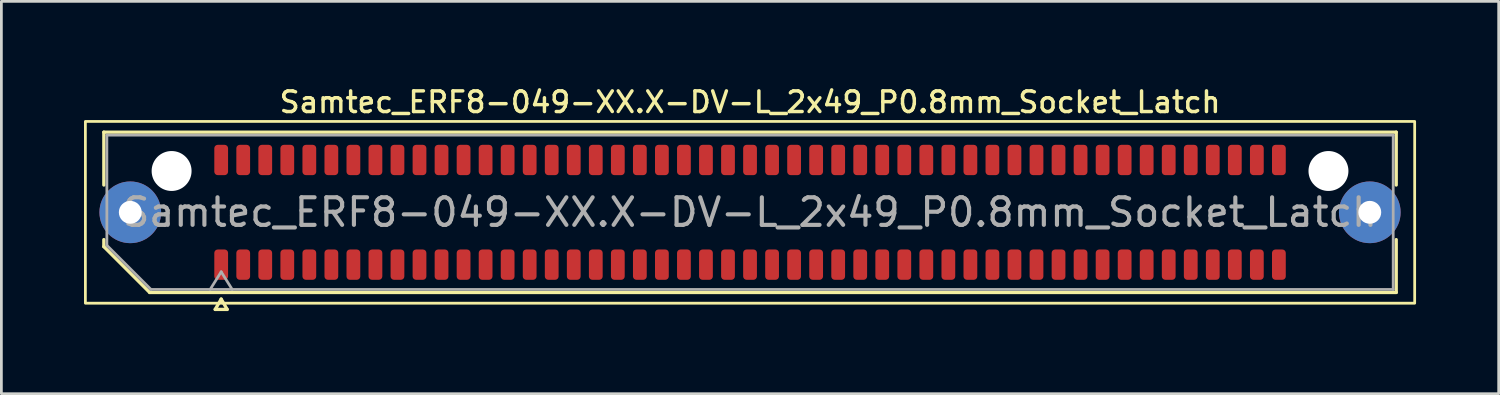
<source format=kicad_pcb>
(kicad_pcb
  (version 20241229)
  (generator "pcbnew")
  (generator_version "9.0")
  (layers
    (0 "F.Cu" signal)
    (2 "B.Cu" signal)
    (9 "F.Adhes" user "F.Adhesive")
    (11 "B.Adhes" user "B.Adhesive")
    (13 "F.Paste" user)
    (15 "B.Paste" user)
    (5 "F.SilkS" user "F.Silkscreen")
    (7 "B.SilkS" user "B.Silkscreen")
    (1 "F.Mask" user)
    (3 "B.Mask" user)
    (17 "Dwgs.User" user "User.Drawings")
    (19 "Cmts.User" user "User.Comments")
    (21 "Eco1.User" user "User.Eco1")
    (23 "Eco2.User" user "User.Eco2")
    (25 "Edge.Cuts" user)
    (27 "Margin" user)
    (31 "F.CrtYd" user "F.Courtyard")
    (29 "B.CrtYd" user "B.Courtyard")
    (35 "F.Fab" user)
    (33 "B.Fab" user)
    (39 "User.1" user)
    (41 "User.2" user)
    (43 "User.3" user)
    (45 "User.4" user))
  (footprint "Samtec_ERF8-049-XX.X-DV-L_2x49_P0.8mm_Socket_Latch"
    (layer "F.Cu")
    (at 24.18 4.658)
    (property "Reference" "Samtec_ERF8-049-XX.X-DV-L_2x49_P0.8mm_Socket_Latch" (at 0 -4 0) (layer "F.SilkS") (effects (font (size 0.75 0.75) (thickness 0.125))))
    (attr smd)
    (fp_line (start -23.46 -2.91) (end 23.46 -2.91) (stroke (width 0.12) (type solid)) (layer "F.SilkS"))
    (fp_line (start -23.46 -0.991) (end -23.46 -2.91) (stroke (width 0.12) (type solid)) (layer "F.SilkS"))
    (fp_line (start -23.46 1.246) (end -23.46 0.991) (stroke (width 0.12) (type solid)) (layer "F.SilkS"))
    (fp_line (start -21.796 2.91) (end -23.46 1.246) (stroke (width 0.12) (type solid)) (layer "F.SilkS"))
    (fp_line (start -19.417 3.525) (end -19.2 3.15) (stroke (width 0.12) (type solid)) (layer "F.SilkS"))
    (fp_line (start -19.2 3.15) (end -18.983 3.525) (stroke (width 0.12) (type solid)) (layer "F.SilkS"))
    (fp_line (start -18.983 3.525) (end -19.417 3.525) (stroke (width 0.12) (type solid)) (layer "F.SilkS"))
    (fp_line (start 23.46 -2.91) (end 23.46 -0.991) (stroke (width 0.12) (type solid)) (layer "F.SilkS"))
    (fp_line (start 23.46 0.991) (end 23.46 2.91) (stroke (width 0.12) (type solid)) (layer "F.SilkS"))
    (fp_line (start 23.46 2.91) (end -21.796 2.91) (stroke (width 0.12) (type solid)) (layer "F.SilkS"))
    (fp_rect (start -24.13 -3.3) (end 24.13 3.3) (stroke (width 0.1) (type solid)) (fill no) (layer "F.SilkS"))
    (fp_line (start -23.35 -2.8) (end 23.35 -2.8) (stroke (width 0.1) (type solid)) (layer "F.Fab"))
    (fp_line (start -23.35 1.2) (end -23.35 -2.8) (stroke (width 0.1) (type solid)) (layer "F.Fab"))
    (fp_line (start -21.75 2.8) (end -23.35 1.2) (stroke (width 0.1) (type solid)) (layer "F.Fab"))
    (fp_line (start -19.6 2.8) (end -19.2 2.16) (stroke (width 0.1) (type solid)) (layer "F.Fab"))
    (fp_line (start -19.2 2.16) (end -18.8 2.8) (stroke (width 0.1) (type solid)) (layer "F.Fab"))
    (fp_line (start 23.35 -2.8) (end 23.35 2.8) (stroke (width 0.1) (type solid)) (layer "F.Fab"))
    (fp_line (start 23.35 2.8) (end -21.75 2.8) (stroke (width 0.1) (type solid)) (layer "F.Fab"))
    (fp_text user "${REFERENCE}" (at 0 0 0) (layer "F.Fab") (effects (font (size 1 1) (thickness 0.15))))
    (pad "" thru_hole circle (at -22.5 0) (size 2.24 2.24) (drill 0.83) (layers "*.Cu" "*.Mask" "F.Paste"))
    (pad "" np_thru_hole circle (at -21 -1.5) (size 1.45 1.45) (drill 1.45) (layers "*.Cu" "*.Mask"))
    (pad "" np_thru_hole circle (at 21 -1.5) (size 1.45 1.45) (drill 1.45) (layers "*.Cu" "*.Mask"))
    (pad "" thru_hole circle (at 22.5 0) (size 2.24 2.24) (drill 0.83) (layers "*.Cu" "*.Mask" "F.Paste"))
    (pad "1" smd roundrect (at -19.2 1.9) (size 0.5 1.1) (layers "F.Cu" "F.Mask" "F.Paste") (roundrect_rratio 0.25))
    (pad "2" smd roundrect (at -19.2 -1.9) (size 0.5 1.1) (layers "F.Cu" "F.Mask" "F.Paste") (roundrect_rratio 0.25))
    (pad "3" smd roundrect (at -18.4 1.9) (size 0.5 1.1) (layers "F.Cu" "F.Mask" "F.Paste") (roundrect_rratio 0.25))
    (pad "4" smd roundrect (at -18.4 -1.9) (size 0.5 1.1) (layers "F.Cu" "F.Mask" "F.Paste") (roundrect_rratio 0.25))
    (pad "5" smd roundrect (at -17.6 1.9) (size 0.5 1.1) (layers "F.Cu" "F.Mask" "F.Paste") (roundrect_rratio 0.25))
    (pad "6" smd roundrect (at -17.6 -1.9) (size 0.5 1.1) (layers "F.Cu" "F.Mask" "F.Paste") (roundrect_rratio 0.25))
    (pad "7" smd roundrect (at -16.8 1.9) (size 0.5 1.1) (layers "F.Cu" "F.Mask" "F.Paste") (roundrect_rratio 0.25))
    (pad "8" smd roundrect (at -16.8 -1.9) (size 0.5 1.1) (layers "F.Cu" "F.Mask" "F.Paste") (roundrect_rratio 0.25))
    (pad "9" smd roundrect (at -16 1.9) (size 0.5 1.1) (layers "F.Cu" "F.Mask" "F.Paste") (roundrect_rratio 0.25))
    (pad "10" smd roundrect (at -16 -1.9) (size 0.5 1.1) (layers "F.Cu" "F.Mask" "F.Paste") (roundrect_rratio 0.25))
    (pad "11" smd roundrect (at -15.2 1.9) (size 0.5 1.1) (layers "F.Cu" "F.Mask" "F.Paste") (roundrect_rratio 0.25))
    (pad "12" smd roundrect (at -15.2 -1.9) (size 0.5 1.1) (layers "F.Cu" "F.Mask" "F.Paste") (roundrect_rratio 0.25))
    (pad "13" smd roundrect (at -14.4 1.9) (size 0.5 1.1) (layers "F.Cu" "F.Mask" "F.Paste") (roundrect_rratio 0.25))
    (pad "14" smd roundrect (at -14.4 -1.9) (size 0.5 1.1) (layers "F.Cu" "F.Mask" "F.Paste") (roundrect_rratio 0.25))
    (pad "15" smd roundrect (at -13.6 1.9) (size 0.5 1.1) (layers "F.Cu" "F.Mask" "F.Paste") (roundrect_rratio 0.25))
    (pad "16" smd roundrect (at -13.6 -1.9) (size 0.5 1.1) (layers "F.Cu" "F.Mask" "F.Paste") (roundrect_rratio 0.25))
    (pad "17" smd roundrect (at -12.8 1.9) (size 0.5 1.1) (layers "F.Cu" "F.Mask" "F.Paste") (roundrect_rratio 0.25))
    (pad "18" smd roundrect (at -12.8 -1.9) (size 0.5 1.1) (layers "F.Cu" "F.Mask" "F.Paste") (roundrect_rratio 0.25))
    (pad "19" smd roundrect (at -12 1.9) (size 0.5 1.1) (layers "F.Cu" "F.Mask" "F.Paste") (roundrect_rratio 0.25))
    (pad "20" smd roundrect (at -12 -1.9) (size 0.5 1.1) (layers "F.Cu" "F.Mask" "F.Paste") (roundrect_rratio 0.25))
    (pad "21" smd roundrect (at -11.2 1.9) (size 0.5 1.1) (layers "F.Cu" "F.Mask" "F.Paste") (roundrect_rratio 0.25))
    (pad "22" smd roundrect (at -11.2 -1.9) (size 0.5 1.1) (layers "F.Cu" "F.Mask" "F.Paste") (roundrect_rratio 0.25))
    (pad "23" smd roundrect (at -10.4 1.9) (size 0.5 1.1) (layers "F.Cu" "F.Mask" "F.Paste") (roundrect_rratio 0.25))
    (pad "24" smd roundrect (at -10.4 -1.9) (size 0.5 1.1) (layers "F.Cu" "F.Mask" "F.Paste") (roundrect_rratio 0.25))
    (pad "25" smd roundrect (at -9.6 1.9) (size 0.5 1.1) (layers "F.Cu" "F.Mask" "F.Paste") (roundrect_rratio 0.25))
    (pad "26" smd roundrect (at -9.6 -1.9) (size 0.5 1.1) (layers "F.Cu" "F.Mask" "F.Paste") (roundrect_rratio 0.25))
    (pad "27" smd roundrect (at -8.8 1.9) (size 0.5 1.1) (layers "F.Cu" "F.Mask" "F.Paste") (roundrect_rratio 0.25))
    (pad "28" smd roundrect (at -8.8 -1.9) (size 0.5 1.1) (layers "F.Cu" "F.Mask" "F.Paste") (roundrect_rratio 0.25))
    (pad "29" smd roundrect (at -8 1.9) (size 0.5 1.1) (layers "F.Cu" "F.Mask" "F.Paste") (roundrect_rratio 0.25))
    (pad "30" smd roundrect (at -8 -1.9) (size 0.5 1.1) (layers "F.Cu" "F.Mask" "F.Paste") (roundrect_rratio 0.25))
    (pad "31" smd roundrect (at -7.2 1.9) (size 0.5 1.1) (layers "F.Cu" "F.Mask" "F.Paste") (roundrect_rratio 0.25))
    (pad "32" smd roundrect (at -7.2 -1.9) (size 0.5 1.1) (layers "F.Cu" "F.Mask" "F.Paste") (roundrect_rratio 0.25))
    (pad "33" smd roundrect (at -6.4 1.9) (size 0.5 1.1) (layers "F.Cu" "F.Mask" "F.Paste") (roundrect_rratio 0.25))
    (pad "34" smd roundrect (at -6.4 -1.9) (size 0.5 1.1) (layers "F.Cu" "F.Mask" "F.Paste") (roundrect_rratio 0.25))
    (pad "35" smd roundrect (at -5.6 1.9) (size 0.5 1.1) (layers "F.Cu" "F.Mask" "F.Paste") (roundrect_rratio 0.25))
    (pad "36" smd roundrect (at -5.6 -1.9) (size 0.5 1.1) (layers "F.Cu" "F.Mask" "F.Paste") (roundrect_rratio 0.25))
    (pad "37" smd roundrect (at -4.8 1.9) (size 0.5 1.1) (layers "F.Cu" "F.Mask" "F.Paste") (roundrect_rratio 0.25))
    (pad "38" smd roundrect (at -4.8 -1.9) (size 0.5 1.1) (layers "F.Cu" "F.Mask" "F.Paste") (roundrect_rratio 0.25))
    (pad "39" smd roundrect (at -4 1.9) (size 0.5 1.1) (layers "F.Cu" "F.Mask" "F.Paste") (roundrect_rratio 0.25))
    (pad "40" smd roundrect (at -4 -1.9) (size 0.5 1.1) (layers "F.Cu" "F.Mask" "F.Paste") (roundrect_rratio 0.25))
    (pad "41" smd roundrect (at -3.2 1.9) (size 0.5 1.1) (layers "F.Cu" "F.Mask" "F.Paste") (roundrect_rratio 0.25))
    (pad "42" smd roundrect (at -3.2 -1.9) (size 0.5 1.1) (layers "F.Cu" "F.Mask" "F.Paste") (roundrect_rratio 0.25))
    (pad "43" smd roundrect (at -2.4 1.9) (size 0.5 1.1) (layers "F.Cu" "F.Mask" "F.Paste") (roundrect_rratio 0.25))
    (pad "44" smd roundrect (at -2.4 -1.9) (size 0.5 1.1) (layers "F.Cu" "F.Mask" "F.Paste") (roundrect_rratio 0.25))
    (pad "45" smd roundrect (at -1.6 1.9) (size 0.5 1.1) (layers "F.Cu" "F.Mask" "F.Paste") (roundrect_rratio 0.25))
    (pad "46" smd roundrect (at -1.6 -1.9) (size 0.5 1.1) (layers "F.Cu" "F.Mask" "F.Paste") (roundrect_rratio 0.25))
    (pad "47" smd roundrect (at -0.8 1.9) (size 0.5 1.1) (layers "F.Cu" "F.Mask" "F.Paste") (roundrect_rratio 0.25))
    (pad "48" smd roundrect (at -0.8 -1.9) (size 0.5 1.1) (layers "F.Cu" "F.Mask" "F.Paste") (roundrect_rratio 0.25))
    (pad "49" smd roundrect (at 0 1.9) (size 0.5 1.1) (layers "F.Cu" "F.Mask" "F.Paste") (roundrect_rratio 0.25))
    (pad "50" smd roundrect (at 0 -1.9) (size 0.5 1.1) (layers "F.Cu" "F.Mask" "F.Paste") (roundrect_rratio 0.25))
    (pad "51" smd roundrect (at 0.8 1.9) (size 0.5 1.1) (layers "F.Cu" "F.Mask" "F.Paste") (roundrect_rratio 0.25))
    (pad "52" smd roundrect (at 0.8 -1.9) (size 0.5 1.1) (layers "F.Cu" "F.Mask" "F.Paste") (roundrect_rratio 0.25))
    (pad "53" smd roundrect (at 1.6 1.9) (size 0.5 1.1) (layers "F.Cu" "F.Mask" "F.Paste") (roundrect_rratio 0.25))
    (pad "54" smd roundrect (at 1.6 -1.9) (size 0.5 1.1) (layers "F.Cu" "F.Mask" "F.Paste") (roundrect_rratio 0.25))
    (pad "55" smd roundrect (at 2.4 1.9) (size 0.5 1.1) (layers "F.Cu" "F.Mask" "F.Paste") (roundrect_rratio 0.25))
    (pad "56" smd roundrect (at 2.4 -1.9) (size 0.5 1.1) (layers "F.Cu" "F.Mask" "F.Paste") (roundrect_rratio 0.25))
    (pad "57" smd roundrect (at 3.2 1.9) (size 0.5 1.1) (layers "F.Cu" "F.Mask" "F.Paste") (roundrect_rratio 0.25))
    (pad "58" smd roundrect (at 3.2 -1.9) (size 0.5 1.1) (layers "F.Cu" "F.Mask" "F.Paste") (roundrect_rratio 0.25))
    (pad "59" smd roundrect (at 4 1.9) (size 0.5 1.1) (layers "F.Cu" "F.Mask" "F.Paste") (roundrect_rratio 0.25))
    (pad "60" smd roundrect (at 4 -1.9) (size 0.5 1.1) (layers "F.Cu" "F.Mask" "F.Paste") (roundrect_rratio 0.25))
    (pad "61" smd roundrect (at 4.8 1.9) (size 0.5 1.1) (layers "F.Cu" "F.Mask" "F.Paste") (roundrect_rratio 0.25))
    (pad "62" smd roundrect (at 4.8 -1.9) (size 0.5 1.1) (layers "F.Cu" "F.Mask" "F.Paste") (roundrect_rratio 0.25))
    (pad "63" smd roundrect (at 5.6 1.9) (size 0.5 1.1) (layers "F.Cu" "F.Mask" "F.Paste") (roundrect_rratio 0.25))
    (pad "64" smd roundrect (at 5.6 -1.9) (size 0.5 1.1) (layers "F.Cu" "F.Mask" "F.Paste") (roundrect_rratio 0.25))
    (pad "65" smd roundrect (at 6.4 1.9) (size 0.5 1.1) (layers "F.Cu" "F.Mask" "F.Paste") (roundrect_rratio 0.25))
    (pad "66" smd roundrect (at 6.4 -1.9) (size 0.5 1.1) (layers "F.Cu" "F.Mask" "F.Paste") (roundrect_rratio 0.25))
    (pad "67" smd roundrect (at 7.2 1.9) (size 0.5 1.1) (layers "F.Cu" "F.Mask" "F.Paste") (roundrect_rratio 0.25))
    (pad "68" smd roundrect (at 7.2 -1.9) (size 0.5 1.1) (layers "F.Cu" "F.Mask" "F.Paste") (roundrect_rratio 0.25))
    (pad "69" smd roundrect (at 8 1.9) (size 0.5 1.1) (layers "F.Cu" "F.Mask" "F.Paste") (roundrect_rratio 0.25))
    (pad "70" smd roundrect (at 8 -1.9) (size 0.5 1.1) (layers "F.Cu" "F.Mask" "F.Paste") (roundrect_rratio 0.25))
    (pad "71" smd roundrect (at 8.8 1.9) (size 0.5 1.1) (layers "F.Cu" "F.Mask" "F.Paste") (roundrect_rratio 0.25))
    (pad "72" smd roundrect (at 8.8 -1.9) (size 0.5 1.1) (layers "F.Cu" "F.Mask" "F.Paste") (roundrect_rratio 0.25))
    (pad "73" smd roundrect (at 9.6 1.9) (size 0.5 1.1) (layers "F.Cu" "F.Mask" "F.Paste") (roundrect_rratio 0.25))
    (pad "74" smd roundrect (at 9.6 -1.9) (size 0.5 1.1) (layers "F.Cu" "F.Mask" "F.Paste") (roundrect_rratio 0.25))
    (pad "75" smd roundrect (at 10.4 1.9) (size 0.5 1.1) (layers "F.Cu" "F.Mask" "F.Paste") (roundrect_rratio 0.25))
    (pad "76" smd roundrect (at 10.4 -1.9) (size 0.5 1.1) (layers "F.Cu" "F.Mask" "F.Paste") (roundrect_rratio 0.25))
    (pad "77" smd roundrect (at 11.2 1.9) (size 0.5 1.1) (layers "F.Cu" "F.Mask" "F.Paste") (roundrect_rratio 0.25))
    (pad "78" smd roundrect (at 11.2 -1.9) (size 0.5 1.1) (layers "F.Cu" "F.Mask" "F.Paste") (roundrect_rratio 0.25))
    (pad "79" smd roundrect (at 12 1.9) (size 0.5 1.1) (layers "F.Cu" "F.Mask" "F.Paste") (roundrect_rratio 0.25))
    (pad "80" smd roundrect (at 12 -1.9) (size 0.5 1.1) (layers "F.Cu" "F.Mask" "F.Paste") (roundrect_rratio 0.25))
    (pad "81" smd roundrect (at 12.8 1.9) (size 0.5 1.1) (layers "F.Cu" "F.Mask" "F.Paste") (roundrect_rratio 0.25))
    (pad "82" smd roundrect (at 12.8 -1.9) (size 0.5 1.1) (layers "F.Cu" "F.Mask" "F.Paste") (roundrect_rratio 0.25))
    (pad "83" smd roundrect (at 13.6 1.9) (size 0.5 1.1) (layers "F.Cu" "F.Mask" "F.Paste") (roundrect_rratio 0.25))
    (pad "84" smd roundrect (at 13.6 -1.9) (size 0.5 1.1) (layers "F.Cu" "F.Mask" "F.Paste") (roundrect_rratio 0.25))
    (pad "85" smd roundrect (at 14.4 1.9) (size 0.5 1.1) (layers "F.Cu" "F.Mask" "F.Paste") (roundrect_rratio 0.25))
    (pad "86" smd roundrect (at 14.4 -1.9) (size 0.5 1.1) (layers "F.Cu" "F.Mask" "F.Paste") (roundrect_rratio 0.25))
    (pad "87" smd roundrect (at 15.2 1.9) (size 0.5 1.1) (layers "F.Cu" "F.Mask" "F.Paste") (roundrect_rratio 0.25))
    (pad "88" smd roundrect (at 15.2 -1.9) (size 0.5 1.1) (layers "F.Cu" "F.Mask" "F.Paste") (roundrect_rratio 0.25))
    (pad "89" smd roundrect (at 16 1.9) (size 0.5 1.1) (layers "F.Cu" "F.Mask" "F.Paste") (roundrect_rratio 0.25))
    (pad "90" smd roundrect (at 16 -1.9) (size 0.5 1.1) (layers "F.Cu" "F.Mask" "F.Paste") (roundrect_rratio 0.25))
    (pad "91" smd roundrect (at 16.8 1.9) (size 0.5 1.1) (layers "F.Cu" "F.Mask" "F.Paste") (roundrect_rratio 0.25))
    (pad "92" smd roundrect (at 16.8 -1.9) (size 0.5 1.1) (layers "F.Cu" "F.Mask" "F.Paste") (roundrect_rratio 0.25))
    (pad "93" smd roundrect (at 17.6 1.9) (size 0.5 1.1) (layers "F.Cu" "F.Mask" "F.Paste") (roundrect_rratio 0.25))
    (pad "94" smd roundrect (at 17.6 -1.9) (size 0.5 1.1) (layers "F.Cu" "F.Mask" "F.Paste") (roundrect_rratio 0.25))
    (pad "95" smd roundrect (at 18.4 1.9) (size 0.5 1.1) (layers "F.Cu" "F.Mask" "F.Paste") (roundrect_rratio 0.25))
    (pad "96" smd roundrect (at 18.4 -1.9) (size 0.5 1.1) (layers "F.Cu" "F.Mask" "F.Paste") (roundrect_rratio 0.25))
    (pad "97" smd roundrect (at 19.2 1.9) (size 0.5 1.1) (layers "F.Cu" "F.Mask" "F.Paste") (roundrect_rratio 0.25))
    (pad "98" smd roundrect (at 19.2 -1.9) (size 0.5 1.1) (layers "F.Cu" "F.Mask" "F.Paste") (roundrect_rratio 0.25)))
  (gr_rect
    (start -3 -3)
    (end 51.36 11.243)
    (stroke (width 0.1) (type default))
    (fill no)
    (layer "Edge.Cuts")))
</source>
